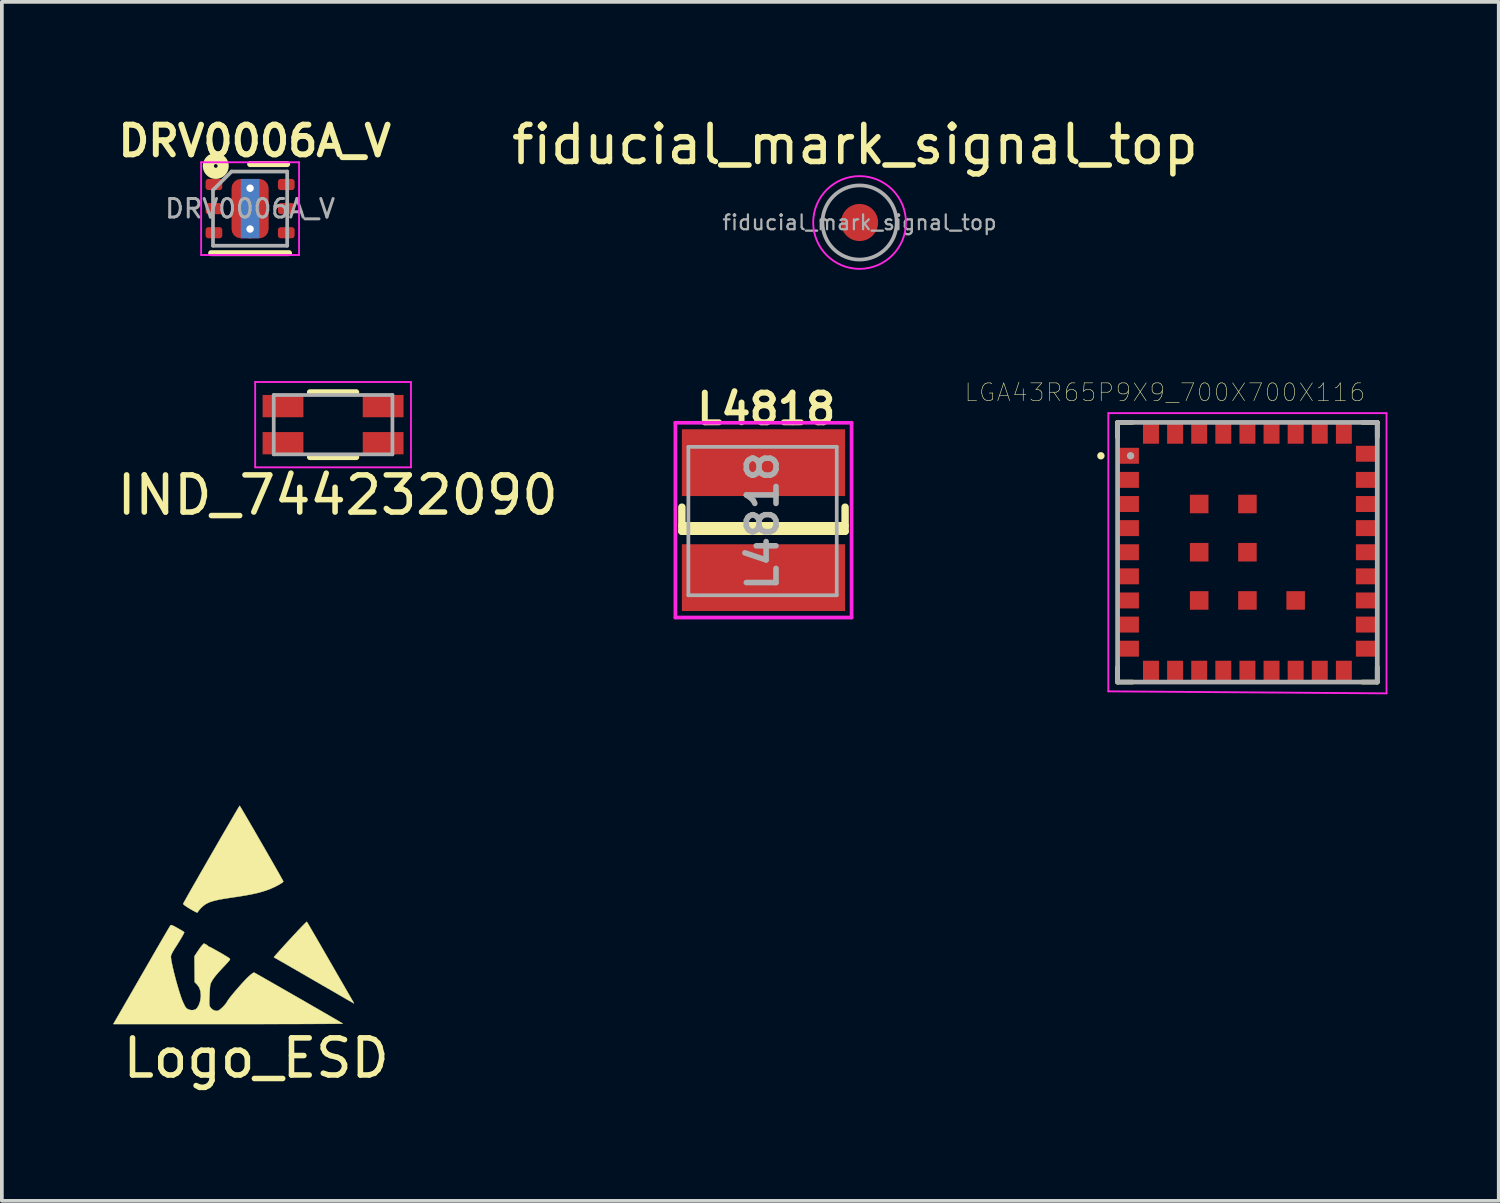
<source format=kicad_pcb>
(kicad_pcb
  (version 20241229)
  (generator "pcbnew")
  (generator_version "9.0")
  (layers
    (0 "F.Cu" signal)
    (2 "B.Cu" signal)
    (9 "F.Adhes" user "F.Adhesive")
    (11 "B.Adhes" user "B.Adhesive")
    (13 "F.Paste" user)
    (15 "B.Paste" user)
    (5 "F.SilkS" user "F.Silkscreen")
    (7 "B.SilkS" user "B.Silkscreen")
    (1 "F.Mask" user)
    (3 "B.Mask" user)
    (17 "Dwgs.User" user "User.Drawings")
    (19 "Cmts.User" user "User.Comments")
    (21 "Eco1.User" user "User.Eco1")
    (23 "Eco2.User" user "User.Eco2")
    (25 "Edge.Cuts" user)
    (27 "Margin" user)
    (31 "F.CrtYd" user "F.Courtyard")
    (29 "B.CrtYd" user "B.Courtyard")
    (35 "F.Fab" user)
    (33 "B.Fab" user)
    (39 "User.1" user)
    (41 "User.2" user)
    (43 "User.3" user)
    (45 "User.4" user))
  (footprint "Logo_ESD"
    (layer "F.Cu")
    (at 3.256 21.599)
    (property "Reference" "Logo_ESD" (at 0.6 3.875 0) (layer "F.SilkS") (effects (font (size 1 1) (thickness 0.15))))
    (attr exclude_from_pos_files exclude_from_bom)
    (fp_poly (pts (xy 1.988 0.235) (xy 1.999 0.254) (xy 2.024 0.297) (xy 2.063 0.364) (xy 2.113 0.45) (xy 2.174 0.555) (xy 2.244 0.675) (xy 2.321 0.809) (xy 2.405 0.955) (xy 2.495 1.11) (xy 2.587 1.27) (xy 2.681 1.433) (xy 2.771 1.59) (xy 2.857 1.738) (xy 2.936 1.874) (xy 3.007 1.998) (xy 3.069 2.105) (xy 3.121 2.195) (xy 3.161 2.265) (xy 3.189 2.313) (xy 3.202 2.335) (xy 3.223 2.372) (xy 3.234 2.396) (xy 3.235 2.4) (xy 3.221 2.392) (xy 3.182 2.37) (xy 3.12 2.335) (xy 3.038 2.288) (xy 2.937 2.23) (xy 2.82 2.162) (xy 2.688 2.085) (xy 2.543 2.002) (xy 2.387 1.912) (xy 2.223 1.817) (xy 2.161 1.781) (xy 1.993 1.684) (xy 1.834 1.592) (xy 1.684 1.505) (xy 1.546 1.426) (xy 1.422 1.354) (xy 1.314 1.292) (xy 1.223 1.24) (xy 1.153 1.2) (xy 1.104 1.172) (xy 1.08 1.158) (xy 1.077 1.157) (xy 1.085 1.145) (xy 1.111 1.114) (xy 1.153 1.066) (xy 1.208 1.004) (xy 1.274 0.93) (xy 1.347 0.849) (xy 1.426 0.763) (xy 1.508 0.674) (xy 1.589 0.586) (xy 1.668 0.502) (xy 1.741 0.423) (xy 1.807 0.354) (xy 1.862 0.298) (xy 1.903 0.256) (xy 1.917 0.242) (xy 1.964 0.198) (xy 1.988 0.235)) (stroke (width 0.01) (type solid)) (fill yes) (layer "F.SilkS"))
    (fp_poly (pts (xy 0.164 -2.914) (xy 0.187 -2.877) (xy 0.223 -2.817) (xy 0.269 -2.739) (xy 0.325 -2.643) (xy 0.389 -2.534) (xy 0.46 -2.412) (xy 0.536 -2.282) (xy 0.615 -2.144) (xy 0.697 -2.002) (xy 0.78 -1.859) (xy 0.862 -1.717) (xy 0.942 -1.577) (xy 1.018 -1.444) (xy 1.09 -1.319) (xy 1.155 -1.205) (xy 1.212 -1.105) (xy 1.259 -1.02) (xy 1.296 -0.954) (xy 1.321 -0.909) (xy 1.332 -0.888) (xy 1.332 -0.886) (xy 1.319 -0.868) (xy 1.281 -0.84) (xy 1.224 -0.805) (xy 1.152 -0.766) (xy 1.077 -0.729) (xy 0.975 -0.684) (xy 0.867 -0.644) (xy 0.75 -0.607) (xy 0.621 -0.573) (xy 0.475 -0.541) (xy 0.309 -0.51) (xy 0.119 -0.479) (xy -0.078 -0.45) (xy -0.248 -0.424) (xy -0.391 -0.399) (xy -0.511 -0.372) (xy -0.61 -0.344) (xy -0.693 -0.312) (xy -0.763 -0.275) (xy -0.823 -0.231) (xy -0.878 -0.181) (xy -0.896 -0.162) (xy -0.934 -0.119) (xy -0.962 -0.083) (xy -0.975 -0.062) (xy -0.976 -0.061) (xy -0.98 -0.05) (xy -0.996 -0.05) (xy -1.027 -0.062) (xy -1.075 -0.087) (xy -1.144 -0.126) (xy -1.193 -0.154) (xy -1.264 -0.199) (xy -1.32 -0.237) (xy -1.356 -0.266) (xy -1.369 -0.283) (xy -1.369 -0.283) (xy -1.361 -0.299) (xy -1.339 -0.34) (xy -1.304 -0.402) (xy -1.258 -0.485) (xy -1.201 -0.586) (xy -1.135 -0.702) (xy -1.061 -0.831) (xy -0.98 -0.972) (xy -0.895 -1.122) (xy -0.805 -1.278) (xy -0.713 -1.438) (xy -0.619 -1.601) (xy -0.525 -1.764) (xy -0.432 -1.925) (xy -0.342 -2.082) (xy -0.255 -2.231) (xy -0.173 -2.372) (xy -0.097 -2.502) (xy -0.029 -2.619) (xy 0.03 -2.72) (xy 0.079 -2.804) (xy 0.117 -2.868) (xy 0.143 -2.909) (xy 0.154 -2.927) (xy 0.155 -2.927) (xy 0.164 -2.914)) (stroke (width 0.01) (type solid)) (fill yes) (layer "F.SilkS"))
    (fp_poly (pts (xy -1.678 0.291) (xy -1.645 0.304) (xy -1.596 0.329) (xy -1.525 0.368) (xy -1.519 0.371) (xy -1.454 0.408) (xy -1.398 0.441) (xy -1.359 0.466) (xy -1.34 0.48) (xy -1.339 0.48) (xy -1.344 0.499) (xy -1.365 0.542) (xy -1.4 0.605) (xy -1.449 0.687) (xy -1.509 0.785) (xy -1.581 0.898) (xy -1.599 0.925) (xy -1.645 1.002) (xy -1.679 1.068) (xy -1.697 1.117) (xy -1.699 1.127) (xy -1.698 1.169) (xy -1.689 1.237) (xy -1.672 1.326) (xy -1.649 1.431) (xy -1.622 1.548) (xy -1.59 1.673) (xy -1.556 1.801) (xy -1.52 1.928) (xy -1.484 2.049) (xy -1.449 2.161) (xy -1.416 2.259) (xy -1.385 2.338) (xy -1.364 2.385) (xy -1.34 2.435) (xy -1.316 2.483) (xy -1.315 2.486) (xy -1.276 2.534) (xy -1.22 2.567) (xy -1.154 2.582) (xy -1.088 2.58) (xy -1.029 2.558) (xy -0.996 2.529) (xy -0.948 2.451) (xy -0.913 2.352) (xy -0.894 2.245) (xy -0.891 2.184) (xy -0.902 2.07) (xy -0.934 1.976) (xy -0.989 1.896) (xy -1.006 1.879) (xy -1.057 1.829) (xy -1.061 1.479) (xy -1.064 1.129) (xy -0.975 0.995) (xy -0.933 0.933) (xy -0.893 0.878) (xy -0.86 0.837) (xy -0.846 0.822) (xy -0.806 0.785) (xy -0.751 0.814) (xy -0.717 0.835) (xy -0.698 0.851) (xy -0.697 0.854) (xy -0.684 0.867) (xy -0.662 0.876) (xy -0.641 0.884) (xy -0.608 0.9) (xy -0.562 0.925) (xy -0.498 0.961) (xy -0.415 1.008) (xy -0.309 1.069) (xy -0.252 1.103) (xy -0.184 1.143) (xy -0.14 1.172) (xy -0.115 1.192) (xy -0.106 1.208) (xy -0.107 1.222) (xy -0.109 1.225) (xy -0.125 1.245) (xy -0.158 1.284) (xy -0.205 1.336) (xy -0.262 1.397) (xy -0.311 1.449) (xy -0.425 1.573) (xy -0.514 1.68) (xy -0.579 1.771) (xy -0.621 1.849) (xy -0.635 1.888) (xy -0.641 1.922) (xy -0.647 1.981) (xy -0.652 2.057) (xy -0.657 2.144) (xy -0.659 2.199) (xy -0.663 2.294) (xy -0.664 2.364) (xy -0.663 2.413) (xy -0.66 2.448) (xy -0.653 2.473) (xy -0.644 2.493) (xy -0.636 2.506) (xy -0.592 2.555) (xy -0.534 2.589) (xy -0.474 2.603) (xy -0.429 2.598) (xy -0.388 2.575) (xy -0.337 2.533) (xy -0.283 2.481) (xy -0.233 2.425) (xy -0.194 2.372) (xy -0.179 2.346) (xy -0.158 2.311) (xy -0.118 2.257) (xy -0.065 2.19) (xy -0.001 2.112) (xy 0.07 2.029) (xy 0.144 1.944) (xy 0.218 1.861) (xy 0.288 1.785) (xy 0.35 1.72) (xy 0.399 1.673) (xy 0.454 1.625) (xy 0.5 1.59) (xy 0.532 1.571) (xy 0.542 1.569) (xy 0.559 1.577) (xy 0.6 1.6) (xy 0.663 1.635) (xy 0.745 1.682) (xy 0.845 1.739) (xy 0.96 1.805) (xy 1.088 1.878) (xy 1.226 1.957) (xy 1.372 2.041) (xy 1.524 2.128) (xy 1.679 2.217) (xy 1.835 2.306) (xy 1.989 2.395) (xy 2.139 2.482) (xy 2.284 2.565) (xy 2.42 2.644) (xy 2.545 2.716) (xy 2.656 2.781) (xy 2.753 2.837) (xy 2.831 2.883) (xy 2.889 2.917) (xy 2.924 2.938) (xy 2.934 2.945) (xy 2.92 2.946) (xy 2.877 2.948) (xy 2.806 2.949) (xy 2.708 2.95) (xy 2.584 2.951) (xy 2.437 2.952) (xy 2.268 2.953) (xy 2.078 2.954) (xy 1.868 2.955) (xy 1.64 2.956) (xy 1.396 2.956) (xy 1.137 2.957) (xy 0.864 2.957) (xy 0.579 2.958) (xy 0.282 2.958) (xy -0.023 2.958) (xy -0.151 2.958) (xy -3.251 2.958) (xy -3.03 2.575) (xy -2.983 2.494) (xy -2.923 2.389) (xy -2.851 2.265) (xy -2.77 2.124) (xy -2.682 1.971) (xy -2.588 1.808) (xy -2.491 1.639) (xy -2.392 1.468) (xy -2.294 1.298) (xy -2.269 1.255) (xy -2.179 1.098) (xy -2.093 0.949) (xy -2.012 0.81) (xy -1.938 0.682) (xy -1.872 0.569) (xy -1.816 0.473) (xy -1.77 0.395) (xy -1.736 0.338) (xy -1.716 0.305) (xy -1.71 0.296) (xy -1.698 0.289) (xy -1.678 0.291)) (stroke (width 0.01) (type solid)) (fill yes) (layer "F.SilkS")))
  (footprint "LGA43R65P9X9_700X700X116"
    (layer "F.Cu")
    (at 30.578 11.837)
    (property "Reference" "LGA43R65P9X9_700X700X116" (at -2.227 -4.307 0) (layer "F.SilkS") (effects (font (size 0.48 0.48) (thickness 0.015))))
    (attr smd)
    (fp_line (start -3.5 -3.5) (end -3.5 -3.1) (stroke (width 0.127) (type solid)) (layer "F.SilkS"))
    (fp_line (start -3.5 3.1) (end -3.5 3.5) (stroke (width 0.127) (type solid)) (layer "F.SilkS"))
    (fp_line (start -3.5 3.5) (end -3.1 3.5) (stroke (width 0.127) (type solid)) (layer "F.SilkS"))
    (fp_line (start -3.1 -3.5) (end -3.5 -3.5) (stroke (width 0.127) (type solid)) (layer "F.SilkS"))
    (fp_line (start 3.1 -3.5) (end 3.5 -3.5) (stroke (width 0.127) (type solid)) (layer "F.SilkS"))
    (fp_line (start 3.5 -3.5) (end 3.5 -3.1) (stroke (width 0.127) (type solid)) (layer "F.SilkS"))
    (fp_line (start 3.5 3.1) (end 3.5 3.5) (stroke (width 0.127) (type solid)) (layer "F.SilkS"))
    (fp_line (start 3.5 3.5) (end 3.1 3.5) (stroke (width 0.127) (type solid)) (layer "F.SilkS"))
    (fp_circle (center -3.95 -2.6) (end -3.9 -2.6) (stroke (width 0.1) (type solid)) (fill no) (layer "F.SilkS"))
    (fp_line (start -3.75 -3.75) (end 3.75 -3.75) (stroke (width 0.05) (type solid)) (layer "F.CrtYd"))
    (fp_line (start -3.75 3.75) (end -3.75 -3.75) (stroke (width 0.05) (type solid)) (layer "F.CrtYd"))
    (fp_line (start 3.75 -3.75) (end 3.75 3.805) (stroke (width 0.05) (type solid)) (layer "F.CrtYd"))
    (fp_line (start 3.75 3.805) (end -3.75 3.75) (stroke (width 0.05) (type solid)) (layer "F.CrtYd"))
    (fp_line (start -3.5 -3.5) (end 3.5 -3.5) (stroke (width 0.127) (type solid)) (layer "F.Fab"))
    (fp_line (start -3.5 3.5) (end -3.5 -3.5) (stroke (width 0.127) (type solid)) (layer "F.Fab"))
    (fp_line (start 3.5 -3.5) (end 3.5 3.5) (stroke (width 0.127) (type solid)) (layer "F.Fab"))
    (fp_line (start 3.5 3.5) (end -3.5 3.5) (stroke (width 0.127) (type solid)) (layer "F.Fab"))
    (fp_circle (center -3.15 -2.6) (end -3.1 -2.6) (stroke (width 0.1) (type solid)) (fill no) (layer "F.Fab"))
    (pad "1" smd rect (at -3.205 -2.6) (size 0.56 0.43) (layers "F.Cu" "F.Mask" "F.Paste"))
    (pad "2" smd rect (at -3.205 -1.95) (size 0.56 0.43) (layers "F.Cu" "F.Mask" "F.Paste"))
    (pad "3" smd rect (at -3.205 -1.3) (size 0.56 0.43) (layers "F.Cu" "F.Mask" "F.Paste"))
    (pad "4" smd rect (at -3.205 -0.65) (size 0.56 0.43) (layers "F.Cu" "F.Mask" "F.Paste"))
    (pad "5" smd rect (at -3.205 0) (size 0.56 0.43) (layers "F.Cu" "F.Mask" "F.Paste"))
    (pad "6" smd rect (at -3.205 0.65) (size 0.56 0.43) (layers "F.Cu" "F.Mask" "F.Paste"))
    (pad "7" smd rect (at -3.205 1.3) (size 0.56 0.43) (layers "F.Cu" "F.Mask" "F.Paste"))
    (pad "8" smd rect (at -3.205 1.95) (size 0.56 0.43) (layers "F.Cu" "F.Mask" "F.Paste"))
    (pad "9" smd rect (at -3.205 2.6) (size 0.56 0.43) (layers "F.Cu" "F.Mask" "F.Paste"))
    (pad "10" smd rect (at -2.6 3.205) (size 0.43 0.56) (layers "F.Cu" "F.Mask" "F.Paste"))
    (pad "11" smd rect (at -1.95 3.205) (size 0.43 0.56) (layers "F.Cu" "F.Mask" "F.Paste"))
    (pad "12" smd rect (at -1.3 3.205) (size 0.43 0.56) (layers "F.Cu" "F.Mask" "F.Paste"))
    (pad "13" smd rect (at -0.65 3.205) (size 0.43 0.56) (layers "F.Cu" "F.Mask" "F.Paste"))
    (pad "14" smd rect (at 0 3.205) (size 0.43 0.56) (layers "F.Cu" "F.Mask" "F.Paste"))
    (pad "15" smd rect (at 0.65 3.205) (size 0.43 0.56) (layers "F.Cu" "F.Mask" "F.Paste"))
    (pad "16" smd rect (at 1.3 3.205) (size 0.43 0.56) (layers "F.Cu" "F.Mask" "F.Paste"))
    (pad "17" smd rect (at 1.95 3.205) (size 0.43 0.56) (layers "F.Cu" "F.Mask" "F.Paste"))
    (pad "18" smd rect (at 2.6 3.205) (size 0.43 0.56) (layers "F.Cu" "F.Mask" "F.Paste"))
    (pad "19" smd rect (at 3.205 2.6) (size 0.56 0.43) (layers "F.Cu" "F.Mask" "F.Paste"))
    (pad "20" smd rect (at 3.205 1.95) (size 0.56 0.43) (layers "F.Cu" "F.Mask" "F.Paste"))
    (pad "21" smd rect (at 3.205 1.3) (size 0.56 0.43) (layers "F.Cu" "F.Mask" "F.Paste"))
    (pad "22" smd rect (at 3.205 0.65) (size 0.56 0.43) (layers "F.Cu" "F.Mask" "F.Paste"))
    (pad "23" smd rect (at 3.205 0) (size 0.56 0.43) (layers "F.Cu" "F.Mask" "F.Paste"))
    (pad "24" smd rect (at 3.205 -0.65) (size 0.56 0.43) (layers "F.Cu" "F.Mask" "F.Paste"))
    (pad "25" smd rect (at 3.205 -1.3) (size 0.56 0.43) (layers "F.Cu" "F.Mask" "F.Paste"))
    (pad "26" smd rect (at 3.205 -1.95) (size 0.56 0.43) (layers "F.Cu" "F.Mask" "F.Paste"))
    (pad "27" smd rect (at 3.205 -2.655) (size 0.56 0.43) (layers "F.Cu" "F.Mask" "F.Paste"))
    (pad "28" smd rect (at 2.6 -3.205) (size 0.43 0.56) (layers "F.Cu" "F.Mask" "F.Paste"))
    (pad "29" smd rect (at 1.95 -3.205) (size 0.43 0.56) (layers "F.Cu" "F.Mask" "F.Paste"))
    (pad "30" smd rect (at 1.3 -3.205) (size 0.43 0.56) (layers "F.Cu" "F.Mask" "F.Paste"))
    (pad "31" smd rect (at 0.65 -3.205) (size 0.43 0.56) (layers "F.Cu" "F.Mask" "F.Paste"))
    (pad "32" smd rect (at 0 -3.205) (size 0.43 0.56) (layers "F.Cu" "F.Mask" "F.Paste"))
    (pad "33" smd rect (at -0.65 -3.205) (size 0.43 0.56) (layers "F.Cu" "F.Mask" "F.Paste"))
    (pad "34" smd rect (at -1.3 -3.205) (size 0.43 0.56) (layers "F.Cu" "F.Mask" "F.Paste"))
    (pad "35" smd rect (at -1.95 -3.205) (size 0.43 0.56) (layers "F.Cu" "F.Mask" "F.Paste"))
    (pad "36" smd rect (at -2.6 -3.205) (size 0.43 0.56) (layers "F.Cu" "F.Mask" "F.Paste"))
    (pad "37" smd rect (at -1.3 -1.3) (size 0.5 0.5) (layers "F.Cu" "F.Mask" "F.Paste"))
    (pad "38" smd rect (at -1.3 0) (size 0.5 0.5) (layers "F.Cu" "F.Mask" "F.Paste"))
    (pad "39" smd rect (at -1.3 1.3) (size 0.5 0.5) (layers "F.Cu" "F.Mask" "F.Paste"))
    (pad "40" smd rect (at 0 -1.3) (size 0.5 0.5) (layers "F.Cu" "F.Mask" "F.Paste"))
    (pad "41" smd rect (at 0 0) (size 0.5 0.5) (layers "F.Cu" "F.Mask" "F.Paste"))
    (pad "42" smd rect (at 0 1.3) (size 0.5 0.5) (layers "F.Cu" "F.Mask" "F.Paste"))
    (pad "43" smd rect (at 1.3 1.3) (size 0.5 0.5) (layers "F.Cu" "F.Mask" "F.Paste")))
  (footprint "fiducial_mark_signal_top"
    (layer "F.Cu")
    (at 20.122 2.948)
    (property "Reference" "fiducial_mark_signal_top" (at -0.125 -2.1 0) (layer "F.SilkS") (effects (font (size 1 1) (thickness 0.15))))
    (attr exclude_from_pos_files exclude_from_bom)
    (fp_circle (center 0 0) (end 1.25 0) (stroke (width 0.05) (type solid)) (fill no) (layer "F.CrtYd"))
    (fp_circle (center 0 0) (end 1 0) (stroke (width 0.1) (type solid)) (fill no) (layer "F.Fab"))
    (fp_text user "${REFERENCE}" (at 0 0 0) (layer "F.Fab") (effects (font (size 0.4 0.4) (thickness 0.06))))
    (pad "" smd circle (at 0 0) (size 1 1) (layers "F.Cu" "F.Mask")))
  (footprint "L4818"
    (layer "F.Cu")
    (at 17.532 10.972)
    (property "Reference" "L4818" (at 0.075 -3 0) (layer "F.SilkS") (effects (font (size 0.8 0.8) (thickness 0.16))))
    (attr smd)
    (fp_line (start -2.2 0.15) (end 2.2 0.15) (stroke (width 0.2) (type solid)) (layer "F.SilkS"))
    (fp_line (start -2.2 0.3) (end -2.2 -0.35) (stroke (width 0.2) (type solid)) (layer "F.SilkS"))
    (fp_line (start -2.2 0.3) (end 2.2 0.3) (stroke (width 0.2) (type solid)) (layer "F.SilkS"))
    (fp_line (start 2.2 0.3) (end 2.2 -0.35) (stroke (width 0.2) (type solid)) (layer "F.SilkS"))
    (fp_line (start -2.375 -2.625) (end 2.375 -2.625) (stroke (width 0.1) (type solid)) (layer "F.CrtYd"))
    (fp_line (start -2.375 2.625) (end -2.375 -2.625) (stroke (width 0.1) (type solid)) (layer "F.CrtYd"))
    (fp_line (start -2.375 2.625) (end 2.375 2.625) (stroke (width 0.1) (type solid)) (layer "F.CrtYd"))
    (fp_line (start 2.375 2.625) (end 2.375 -2.625) (stroke (width 0.1) (type solid)) (layer "F.CrtYd"))
    (fp_line (start -2.025 -1.975) (end -2.025 2.025) (stroke (width 0.1) (type solid)) (layer "F.Fab"))
    (fp_line (start -2.025 2.025) (end 1.975 2.025) (stroke (width 0.1) (type solid)) (layer "F.Fab"))
    (fp_line (start 1.975 -1.975) (end -2.025 -1.975) (stroke (width 0.1) (type solid)) (layer "F.Fab"))
    (fp_line (start 1.975 2.025) (end 1.975 -1.975) (stroke (width 0.1) (type solid)) (layer "F.Fab"))
    (fp_text user "${REFERENCE}" (at -0.025 0.025 270) (layer "F.Fab") (effects (font (size 0.8 0.8) (thickness 0.15))))
    (pad "1" smd rect (at 0 -1.55 270) (size 1.8 4.4) (layers "F.Cu" "F.Mask" "F.Paste"))
    (pad "2" smd rect (at 0 1.55 270) (size 1.8 4.4) (layers "F.Cu" "F.Mask" "F.Paste")))
  (footprint "IND_744232090"
    (layer "F.Cu")
    (at 5.929 8.398)
    (property "Reference" "IND_744232090" (at 0.125 1.9 0) (layer "F.SilkS") (effects (font (size 1 1) (thickness 0.15))))
    (attr through_hole)
    (fp_line (start -0.625 -0.875) (end 0.625 -0.875) (stroke (width 0.16) (type solid)) (layer "F.SilkS"))
    (fp_line (start -0.625 0.875) (end 0.625 0.875) (stroke (width 0.16) (type solid)) (layer "F.SilkS"))
    (fp_line (start -2.1 -1.15) (end -2.1 1.15) (stroke (width 0.05) (type solid)) (layer "F.CrtYd"))
    (fp_line (start -2.1 -1.15) (end 2.1 -1.15) (stroke (width 0.05) (type solid)) (layer "F.CrtYd"))
    (fp_line (start -2.1 1.15) (end 2.1 1.15) (stroke (width 0.05) (type solid)) (layer "F.CrtYd"))
    (fp_line (start 2.1 -1.15) (end 2.1 1.15) (stroke (width 0.05) (type solid)) (layer "F.CrtYd"))
    (fp_line (start -1.6 -0.8) (end -1.6 0.8) (stroke (width 0.1) (type solid)) (layer "F.Fab"))
    (fp_line (start -1.6 -0.8) (end 1.6 -0.8) (stroke (width 0.1) (type solid)) (layer "F.Fab"))
    (fp_line (start -1.6 0.8) (end 1.6 0.8) (stroke (width 0.1) (type solid)) (layer "F.Fab"))
    (fp_line (start 1.6 -0.8) (end 1.6 0.8) (stroke (width 0.1) (type solid)) (layer "F.Fab"))
    (pad "1" smd rect (at -1.35 -0.5) (size 1.1 0.6) (layers "F.Cu" "F.Mask" "F.Paste"))
    (pad "2" smd rect (at 1.35 -0.5) (size 1.1 0.6) (layers "F.Cu" "F.Mask" "F.Paste"))
    (pad "3" smd rect (at 1.35 0.5) (size 1.1 0.6) (layers "F.Cu" "F.Mask" "F.Paste"))
    (pad "4" smd rect (at -1.35 0.5) (size 1.1 0.6) (layers "F.Cu" "F.Mask" "F.Paste")))
  (footprint "DRV0006A_V"
    (layer "F.Cu")
    (at 3.692 2.574)
    (property "Reference" "DRV0006A_V" (at 0.125 -1.825 0) (layer "F.SilkS") (effects (font (size 0.8 0.8) (thickness 0.16))))
    (attr smd)
    (fp_line (start -1.05 1.2) (end 1.05 1.2) (stroke (width 0.16) (type solid)) (layer "F.SilkS"))
    (fp_line (start 0 -1.2) (end 1 -1.2) (stroke (width 0.16) (type solid)) (layer "F.SilkS"))
    (fp_circle (center -0.925 -1.15) (end -0.875 -1.15) (stroke (width 0.3) (type solid)) (fill no) (layer "F.SilkS"))
    (fp_line (start -1.32 -1.25) (end -1.32 1.25) (stroke (width 0.05) (type solid)) (layer "F.CrtYd"))
    (fp_line (start -1.32 1.25) (end 1.32 1.25) (stroke (width 0.05) (type solid)) (layer "F.CrtYd"))
    (fp_line (start 1.32 -1.25) (end -1.32 -1.25) (stroke (width 0.05) (type solid)) (layer "F.CrtYd"))
    (fp_line (start 1.32 1.25) (end 1.32 -1.25) (stroke (width 0.05) (type solid)) (layer "F.CrtYd"))
    (fp_line (start -1 -0.5) (end -0.5 -1) (stroke (width 0.1) (type solid)) (layer "F.Fab"))
    (fp_line (start -1 1) (end -1 -0.5) (stroke (width 0.1) (type solid)) (layer "F.Fab"))
    (fp_line (start -0.5 -1) (end 1 -1) (stroke (width 0.1) (type solid)) (layer "F.Fab"))
    (fp_line (start 1 -1) (end 1 1) (stroke (width 0.1) (type solid)) (layer "F.Fab"))
    (fp_line (start 1 1) (end -1 1) (stroke (width 0.1) (type solid)) (layer "F.Fab"))
    (fp_text user "${REFERENCE}" (at 0 0 0) (layer "F.Fab") (effects (font (size 0.5 0.5) (thickness 0.08))))
    (pad "" smd roundrect (at 0 -0.4) (size 0.87 0.69) (layers "F.Paste") (roundrect_rratio 0.25))
    (pad "" smd roundrect (at 0 0.4) (size 0.87 0.69) (layers "F.Paste") (roundrect_rratio 0.25))
    (pad "1" smd roundrect (at -0.975 -0.65) (size 0.45 0.3) (layers "F.Cu" "F.Mask" "F.Paste") (roundrect_rratio 0.25))
    (pad "2" smd roundrect (at -0.975 0) (size 0.45 0.3) (layers "F.Cu" "F.Mask" "F.Paste") (roundrect_rratio 0.25))
    (pad "3" smd roundrect (at -0.975 0.65) (size 0.45 0.3) (layers "F.Cu" "F.Mask" "F.Paste") (roundrect_rratio 0.25))
    (pad "4" smd roundrect (at 0.975 0.65) (size 0.45 0.3) (layers "F.Cu" "F.Mask" "F.Paste") (roundrect_rratio 0.25))
    (pad "5" smd roundrect (at 0.975 0) (size 0.45 0.3) (layers "F.Cu" "F.Mask" "F.Paste") (roundrect_rratio 0.25))
    (pad "6" smd roundrect (at 0.975 -0.65) (size 0.45 0.3) (layers "F.Cu" "F.Mask" "F.Paste") (roundrect_rratio 0.25))
    (pad "7" thru_hole circle (at 0 -0.55) (size 0.5 0.5) (drill 0.2) (layers "*.Cu"))
    (pad "7" smd rect (at 0 0) (size 0.5 1.6) (layers "B.Cu"))
    (pad "7" smd roundrect (at 0 0) (size 1 1.6) (layers "F.Cu" "F.Mask") (roundrect_rratio 0.25))
    (pad "7" thru_hole circle (at 0 0.55) (size 0.5 0.5) (drill 0.2) (layers "*.Cu")))
  (gr_rect
    (start -3 -3)
    (end 37.353 29.322)
    (stroke (width 0.1) (type default))
    (fill no)
    (layer "Edge.Cuts")))
</source>
